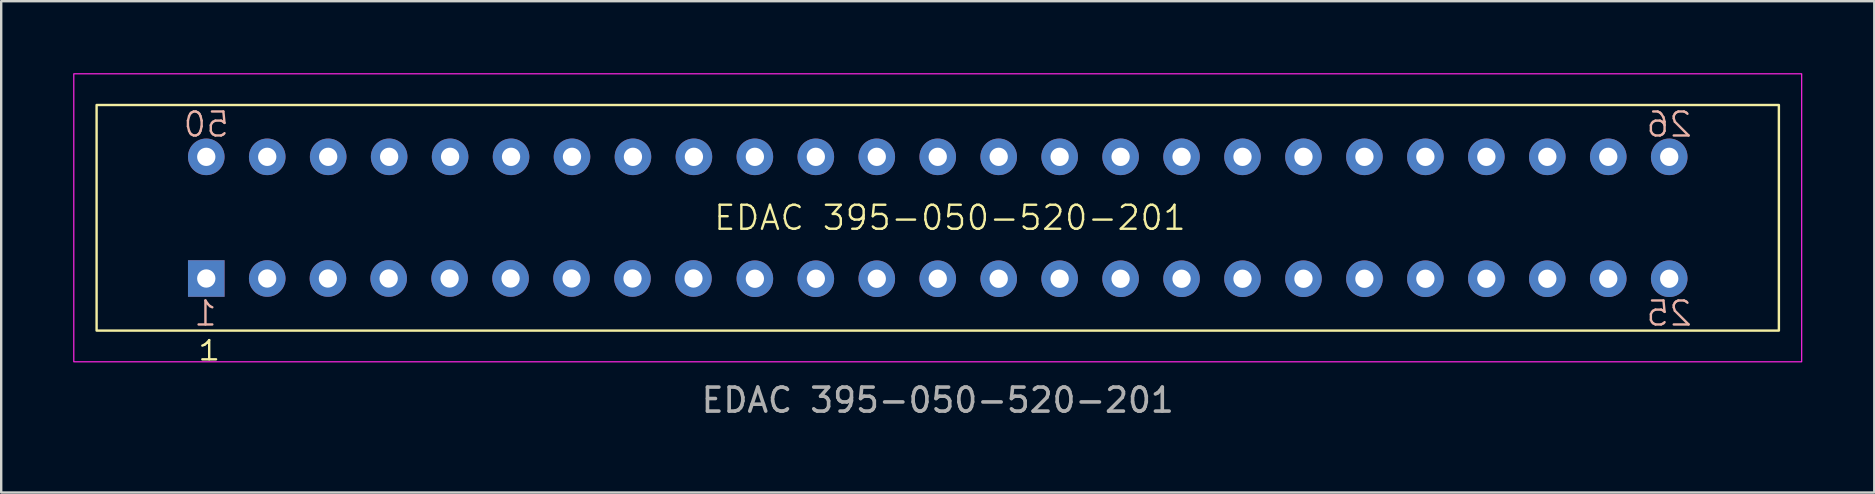
<source format=kicad_pcb>
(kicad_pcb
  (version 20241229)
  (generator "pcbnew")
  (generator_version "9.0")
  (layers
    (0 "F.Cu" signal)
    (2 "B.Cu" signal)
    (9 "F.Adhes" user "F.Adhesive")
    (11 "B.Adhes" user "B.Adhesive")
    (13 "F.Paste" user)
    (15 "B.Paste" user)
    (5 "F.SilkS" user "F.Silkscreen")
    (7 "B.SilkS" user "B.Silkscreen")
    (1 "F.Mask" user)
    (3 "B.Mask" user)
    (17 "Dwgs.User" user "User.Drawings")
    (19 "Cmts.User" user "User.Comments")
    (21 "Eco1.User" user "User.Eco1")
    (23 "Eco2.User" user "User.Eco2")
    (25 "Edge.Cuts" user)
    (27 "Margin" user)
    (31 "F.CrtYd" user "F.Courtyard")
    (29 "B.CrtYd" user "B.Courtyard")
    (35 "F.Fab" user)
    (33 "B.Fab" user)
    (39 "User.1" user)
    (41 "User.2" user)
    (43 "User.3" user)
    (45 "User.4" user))
  (footprint "EDAC 395-050-520-201"
    (layer "F.Cu")
    (at 36.025 6.025)
    (property "Reference" "EDAC 395-050-520-201" (at 0.508 0 0) (unlocked yes) (layer "F.SilkS") (effects (font (size 1 1) (thickness 0.1))))
    (attr through_hole)
    (fp_rect (start -35.05 -4.7) (end 35.05 4.7) (stroke (width 0.1) (type default)) (fill no) (layer "F.SilkS"))
    (fp_rect (start 36 -6) (end -36 6) (stroke (width 0.05) (type default)) (fill no) (layer "F.CrtYd"))
    (fp_text user "1" (at -30.9 6 0) (unlocked yes) (layer "F.SilkS") (effects (font (size 0.8 1) (thickness 0.1)) (justify left bottom)))
    (fp_text user "1" (at -29.972 4.572 0) (unlocked yes) (layer "B.SilkS") (effects (font (size 1 1) (thickness 0.1)) (justify left bottom mirror)))
    (fp_text user "50" (at -29.464 -3.302 0) (unlocked yes) (layer "B.SilkS") (effects (font (size 1 1) (thickness 0.1)) (justify left bottom mirror)))
    (fp_text user "26" (at 31.496 -3.302 0) (unlocked yes) (layer "B.SilkS") (effects (font (size 1 1) (thickness 0.1)) (justify left bottom mirror)))
    (fp_text user "25" (at 31.496 4.572 0) (unlocked yes) (layer "B.SilkS") (effects (font (size 1 1) (thickness 0.1)) (justify left bottom mirror)))
    (fp_text user "${REFERENCE}" (at 0 7.6 0) (unlocked yes) (layer "F.Fab") (effects (font (size 1 1) (thickness 0.15))))
    (pad "1" thru_hole rect (at -30.48 2.53) (size 1.524 1.524) (drill 0.762) (layers "*.Cu" "*.Mask"))
    (pad "2" thru_hole circle (at -27.94 2.53) (size 1.524 1.524) (drill 0.762) (layers "*.Cu" "*.Mask"))
    (pad "3" thru_hole circle (at -25.41 2.53) (size 1.524 1.524) (drill 0.762) (layers "*.Cu" "*.Mask"))
    (pad "4" thru_hole circle (at -22.88 2.53) (size 1.524 1.524) (drill 0.762) (layers "*.Cu" "*.Mask"))
    (pad "5" thru_hole circle (at -20.34 2.53) (size 1.524 1.524) (drill 0.762) (layers "*.Cu" "*.Mask"))
    (pad "6" thru_hole circle (at -17.8 2.53) (size 1.524 1.524) (drill 0.762) (layers "*.Cu" "*.Mask"))
    (pad "7" thru_hole circle (at -15.26 2.53) (size 1.524 1.524) (drill 0.762) (layers "*.Cu" "*.Mask"))
    (pad "8" thru_hole circle (at -12.72 2.53) (size 1.524 1.524) (drill 0.762) (layers "*.Cu" "*.Mask"))
    (pad "9" thru_hole circle (at -10.18 2.53) (size 1.524 1.524) (drill 0.762) (layers "*.Cu" "*.Mask"))
    (pad "10" thru_hole circle (at -7.62 2.54) (size 1.524 1.524) (drill 0.762) (layers "*.Cu" "*.Mask"))
    (pad "11" thru_hole circle (at -5.08 2.54) (size 1.524 1.524) (drill 0.762) (layers "*.Cu" "*.Mask"))
    (pad "12" thru_hole circle (at -2.54 2.54) (size 1.524 1.524) (drill 0.762) (layers "*.Cu" "*.Mask"))
    (pad "13" thru_hole circle (at 0 2.54) (size 1.524 1.524) (drill 0.762) (layers "*.Cu" "*.Mask"))
    (pad "14" thru_hole circle (at 2.54 2.54) (size 1.524 1.524) (drill 0.762) (layers "*.Cu" "*.Mask"))
    (pad "15" thru_hole circle (at 5.08 2.54) (size 1.524 1.524) (drill 0.762) (layers "*.Cu" "*.Mask"))
    (pad "16" thru_hole circle (at 7.62 2.54) (size 1.524 1.524) (drill 0.762) (layers "*.Cu" "*.Mask"))
    (pad "17" thru_hole circle (at 10.16 2.54) (size 1.524 1.524) (drill 0.762) (layers "*.Cu" "*.Mask"))
    (pad "18" thru_hole circle (at 12.7 2.54) (size 1.524 1.524) (drill 0.762) (layers "*.Cu" "*.Mask"))
    (pad "19" thru_hole circle (at 15.24 2.54) (size 1.524 1.524) (drill 0.762) (layers "*.Cu" "*.Mask"))
    (pad "20" thru_hole circle (at 17.78 2.54) (size 1.524 1.524) (drill 0.762) (layers "*.Cu" "*.Mask"))
    (pad "21" thru_hole circle (at 20.32 2.54) (size 1.524 1.524) (drill 0.762) (layers "*.Cu" "*.Mask"))
    (pad "22" thru_hole circle (at 22.86 2.54) (size 1.524 1.524) (drill 0.762) (layers "*.Cu" "*.Mask"))
    (pad "23" thru_hole circle (at 25.4 2.54) (size 1.524 1.524) (drill 0.762) (layers "*.Cu" "*.Mask"))
    (pad "24" thru_hole circle (at 27.94 2.54) (size 1.524 1.524) (drill 0.762) (layers "*.Cu" "*.Mask"))
    (pad "25" thru_hole circle (at 30.48 2.54) (size 1.524 1.524) (drill 0.762) (layers "*.Cu" "*.Mask"))
    (pad "26" thru_hole circle (at 30.48 -2.54) (size 1.524 1.524) (drill 0.762) (layers "*.Cu" "*.Mask"))
    (pad "27" thru_hole circle (at 27.94 -2.54) (size 1.524 1.524) (drill 0.762) (layers "*.Cu" "*.Mask"))
    (pad "28" thru_hole circle (at 25.4 -2.54) (size 1.524 1.524) (drill 0.762) (layers "*.Cu" "*.Mask"))
    (pad "29" thru_hole circle (at 22.86 -2.54) (size 1.524 1.524) (drill 0.762) (layers "*.Cu" "*.Mask"))
    (pad "30" thru_hole circle (at 20.32 -2.54) (size 1.524 1.524) (drill 0.762) (layers "*.Cu" "*.Mask"))
    (pad "31" thru_hole circle (at 17.78 -2.54) (size 1.524 1.524) (drill 0.762) (layers "*.Cu" "*.Mask"))
    (pad "32" thru_hole circle (at 15.24 -2.54) (size 1.524 1.524) (drill 0.762) (layers "*.Cu" "*.Mask"))
    (pad "33" thru_hole circle (at 12.7 -2.54) (size 1.524 1.524) (drill 0.762) (layers "*.Cu" "*.Mask"))
    (pad "34" thru_hole circle (at 10.16 -2.54) (size 1.524 1.524) (drill 0.762) (layers "*.Cu" "*.Mask"))
    (pad "35" thru_hole circle (at 7.62 -2.54) (size 1.524 1.524) (drill 0.762) (layers "*.Cu" "*.Mask"))
    (pad "36" thru_hole circle (at 5.08 -2.54) (size 1.524 1.524) (drill 0.762) (layers "*.Cu" "*.Mask"))
    (pad "37" thru_hole circle (at 2.54 -2.54) (size 1.524 1.524) (drill 0.762) (layers "*.Cu" "*.Mask"))
    (pad "38" thru_hole circle (at 0 -2.54) (size 1.524 1.524) (drill 0.762) (layers "*.Cu" "*.Mask"))
    (pad "39" thru_hole circle (at -2.54 -2.54) (size 1.524 1.524) (drill 0.762) (layers "*.Cu" "*.Mask"))
    (pad "40" thru_hole circle (at -5.08 -2.54) (size 1.524 1.524) (drill 0.762) (layers "*.Cu" "*.Mask"))
    (pad "41" thru_hole circle (at -7.62 -2.54) (size 1.524 1.524) (drill 0.762) (layers "*.Cu" "*.Mask"))
    (pad "42" thru_hole circle (at -10.16 -2.54) (size 1.524 1.524) (drill 0.762) (layers "*.Cu" "*.Mask"))
    (pad "43" thru_hole circle (at -12.7 -2.54) (size 1.524 1.524) (drill 0.762) (layers "*.Cu" "*.Mask"))
    (pad "44" thru_hole circle (at -15.24 -2.54) (size 1.524 1.524) (drill 0.762) (layers "*.Cu" "*.Mask"))
    (pad "45" thru_hole circle (at -17.78 -2.54) (size 1.524 1.524) (drill 0.762) (layers "*.Cu" "*.Mask"))
    (pad "46" thru_hole circle (at -20.32 -2.54) (size 1.524 1.524) (drill 0.762) (layers "*.Cu" "*.Mask"))
    (pad "47" thru_hole circle (at -22.86 -2.54) (size 1.524 1.524) (drill 0.762) (layers "*.Cu" "*.Mask"))
    (pad "48" thru_hole circle (at -25.4 -2.54) (size 1.524 1.524) (drill 0.762) (layers "*.Cu" "*.Mask"))
    (pad "49" thru_hole circle (at -27.94 -2.54) (size 1.524 1.524) (drill 0.762) (layers "*.Cu" "*.Mask"))
    (pad "50" thru_hole circle (at -30.48 -2.54) (size 1.524 1.524) (drill 0.762) (layers "*.Cu" "*.Mask")))
  (gr_rect
    (start -3 -3)
    (end 75.05 17.473)
    (stroke (width 0.1) (type default))
    (fill no)
    (layer "Edge.Cuts")))
</source>
